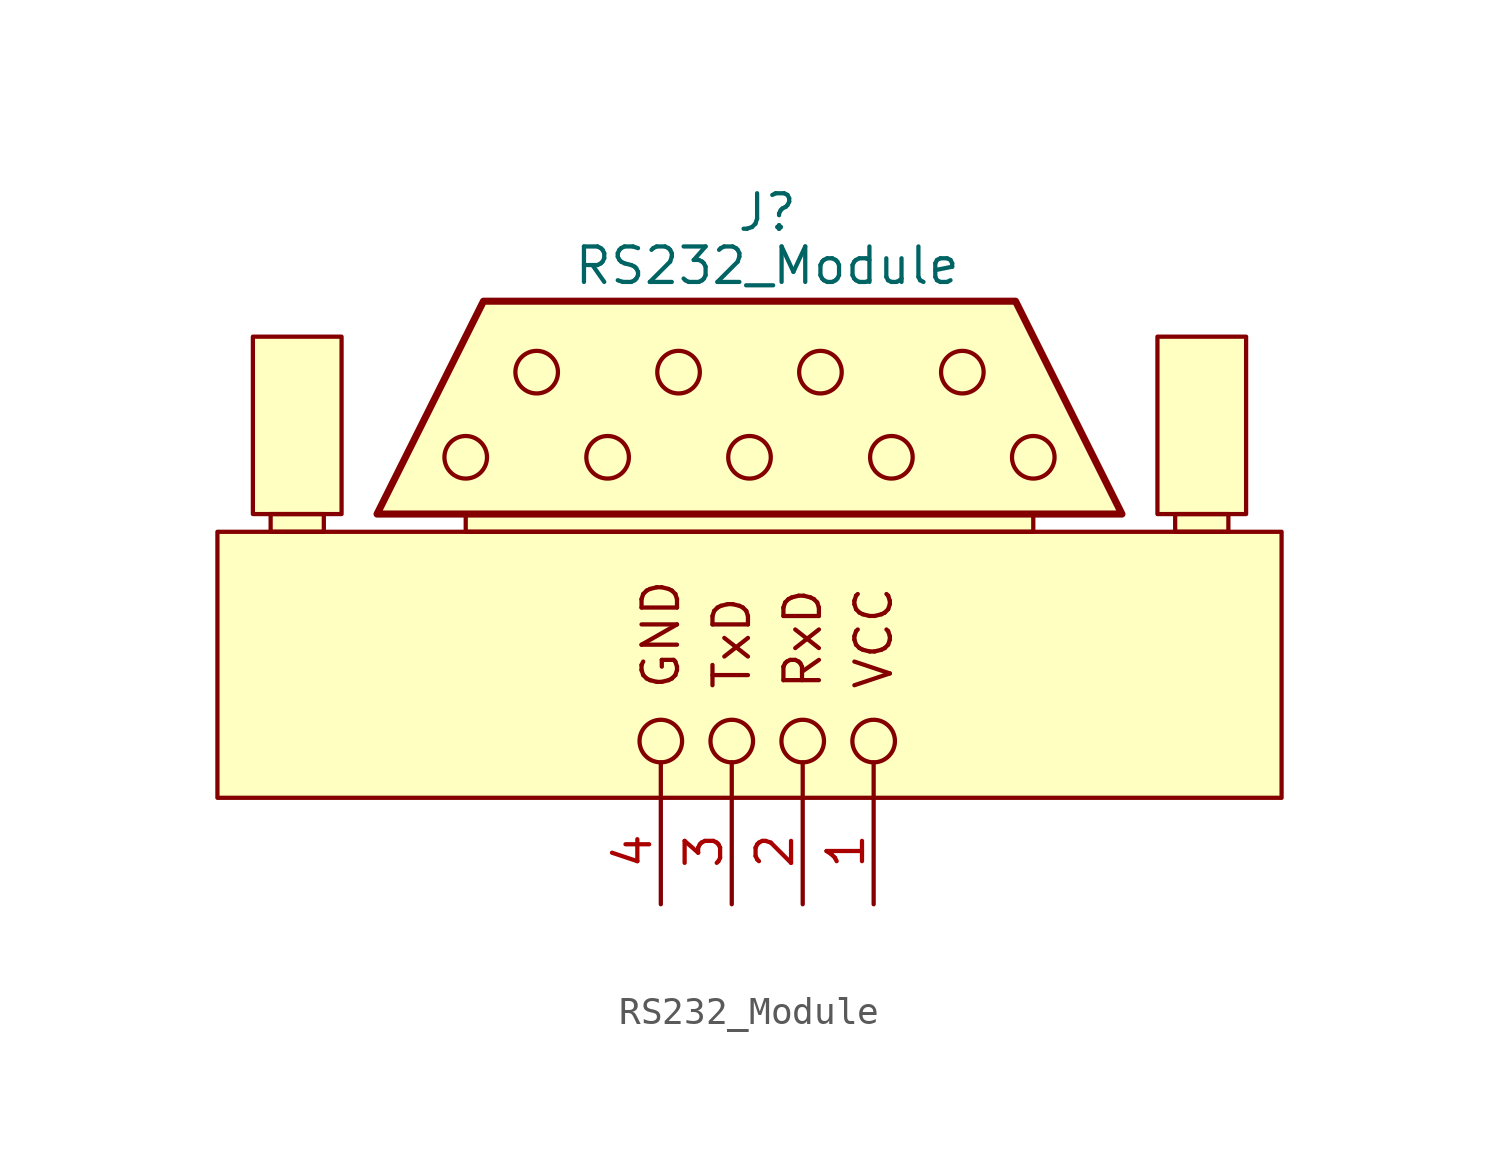
<source format=kicad_sym>
(kicad_symbol_lib
  (version 20231120)
  (generator "kicad_symbol_editor")
  (generator_version "8.0")
  (symbol "RS232_Module"
    (pin_names
      (offset 1.016) hide)
    (property "Reference" "J"
      (at 0 5.715 0)
      (effects (font (size 1.27 1.27))))
    (property "Value" "RS232_Module"
      (at 0 3.81 0)
      (effects (font (size 1.27 1.27))))
    (symbol "RS232_Module_0_0"
      (text "VCC" (at 3.81 -11.43 900) (effects (font (size 1.27 1.27)) (justify left))))
    (symbol "RS232_Module_0_1"
      (rectangle (start -15.24 -5.08) (end -18.415 1.27) (stroke (width 0) (type solid)) (fill (type background)))
      (circle (center -10.795 -3.048) (radius 0.762) (stroke (width 0) (type solid)) (fill (type none)))
      (circle (center -8.255 0) (radius 0.762) (stroke (width 0) (type solid)) (fill (type none)))
      (circle (center -5.715 -3.048) (radius 0.762) (stroke (width 0) (type solid)) (fill (type none)))
      (circle (center -3.175 0) (radius 0.762) (stroke (width 0) (type solid)) (fill (type none)))
      (circle (center -0.635 -3.048) (radius 0.762) (stroke (width 0) (type solid)) (fill (type none)))
      (polyline (pts (xy -13.97 -5.08) (xy 12.7 -5.08) (xy 8.89 2.54) (xy -10.16 2.54) (xy -13.97 -5.08)) (stroke (width 0.254) (type solid)) (fill (type background)))
      (circle (center 1.905 0) (radius 0.762) (stroke (width 0) (type solid)) (fill (type none)))
      (circle (center 4.445 -3.048) (radius 0.762) (stroke (width 0) (type solid)) (fill (type none)))
      (circle (center 6.985 0) (radius 0.762) (stroke (width 0) (type solid)) (fill (type none)))
      (circle (center 9.525 -3.048) (radius 0.762) (stroke (width 0) (type solid)) (fill (type none))))
    (symbol "RS232_Module_1_1"
      (rectangle (start -19.685 -5.715) (end 18.415 -15.24) (stroke (width 0) (type solid)) (fill (type background)))
      (rectangle (start -17.78 -5.08) (end -15.875 -5.715) (stroke (width 0) (type solid)) (fill (type background)))
      (rectangle (start -10.795 -5.08) (end 9.525 -5.715) (stroke (width 0) (type solid)) (fill (type background)))
      (circle (center -3.81 -13.208) (radius 0.762) (stroke (width 0) (type solid)) (fill (type none)))
      (circle (center -1.27 -13.208) (radius 0.762) (stroke (width 0) (type solid)) (fill (type none)))
      (polyline (pts (xy -3.81 -15.24) (xy -3.81 -13.97)) (stroke (width 0) (type solid)) (fill (type none)))
      (polyline (pts (xy -1.27 -15.24) (xy -1.27 -13.97)) (stroke (width 0) (type solid)) (fill (type none)))
      (polyline (pts (xy 1.27 -15.24) (xy 1.27 -13.97)) (stroke (width 0) (type solid)) (fill (type none)))
      (polyline (pts (xy 3.81 -15.24) (xy 3.81 -13.97)) (stroke (width 0) (type solid)) (fill (type none)))
      (circle (center 1.27 -13.208) (radius 0.762) (stroke (width 0) (type solid)) (fill (type none)))
      (circle (center 3.81 -13.208) (radius 0.762) (stroke (width 0) (type solid)) (fill (type none)))
      (rectangle (start 14.605 -5.08) (end 16.51 -5.715) (stroke (width 0) (type solid)) (fill (type background)))
      (rectangle (start 17.145 -5.08) (end 13.97 1.27) (stroke (width 0) (type solid)) (fill (type background)))
      (text "GND" (at -3.81 -11.43 900) (effects (font (size 1.27 1.27)) (justify left)))
      (text "RxD" (at 1.27 -11.43 900) (effects (font (size 1.27 1.27)) (justify left)))
      (text "TxD" (at -1.27 -11.43 900) (effects (font (size 1.27 1.27)) (justify left)))
      (pin passive line (at 3.81 -19.05 90) (length 3.81) (name "1" (effects (font (size 1.27 1.27)))) (number "1" (effects (font (size 1.27 1.27)))))
      (pin passive line (at 1.27 -19.05 90) (length 3.81) (name "2" (effects (font (size 1.27 1.27)))) (number "2" (effects (font (size 1.27 1.27)))))
      (pin passive line (at -1.27 -19.05 90) (length 3.81) (name "3" (effects (font (size 1.27 1.27)))) (number "3" (effects (font (size 1.27 1.27)))))
      (pin passive line (at -3.81 -19.05 90) (length 3.81) (name "4" (effects (font (size 1.27 1.27)))) (number "4" (effects (font (size 1.27 1.27))))))))
</source>
